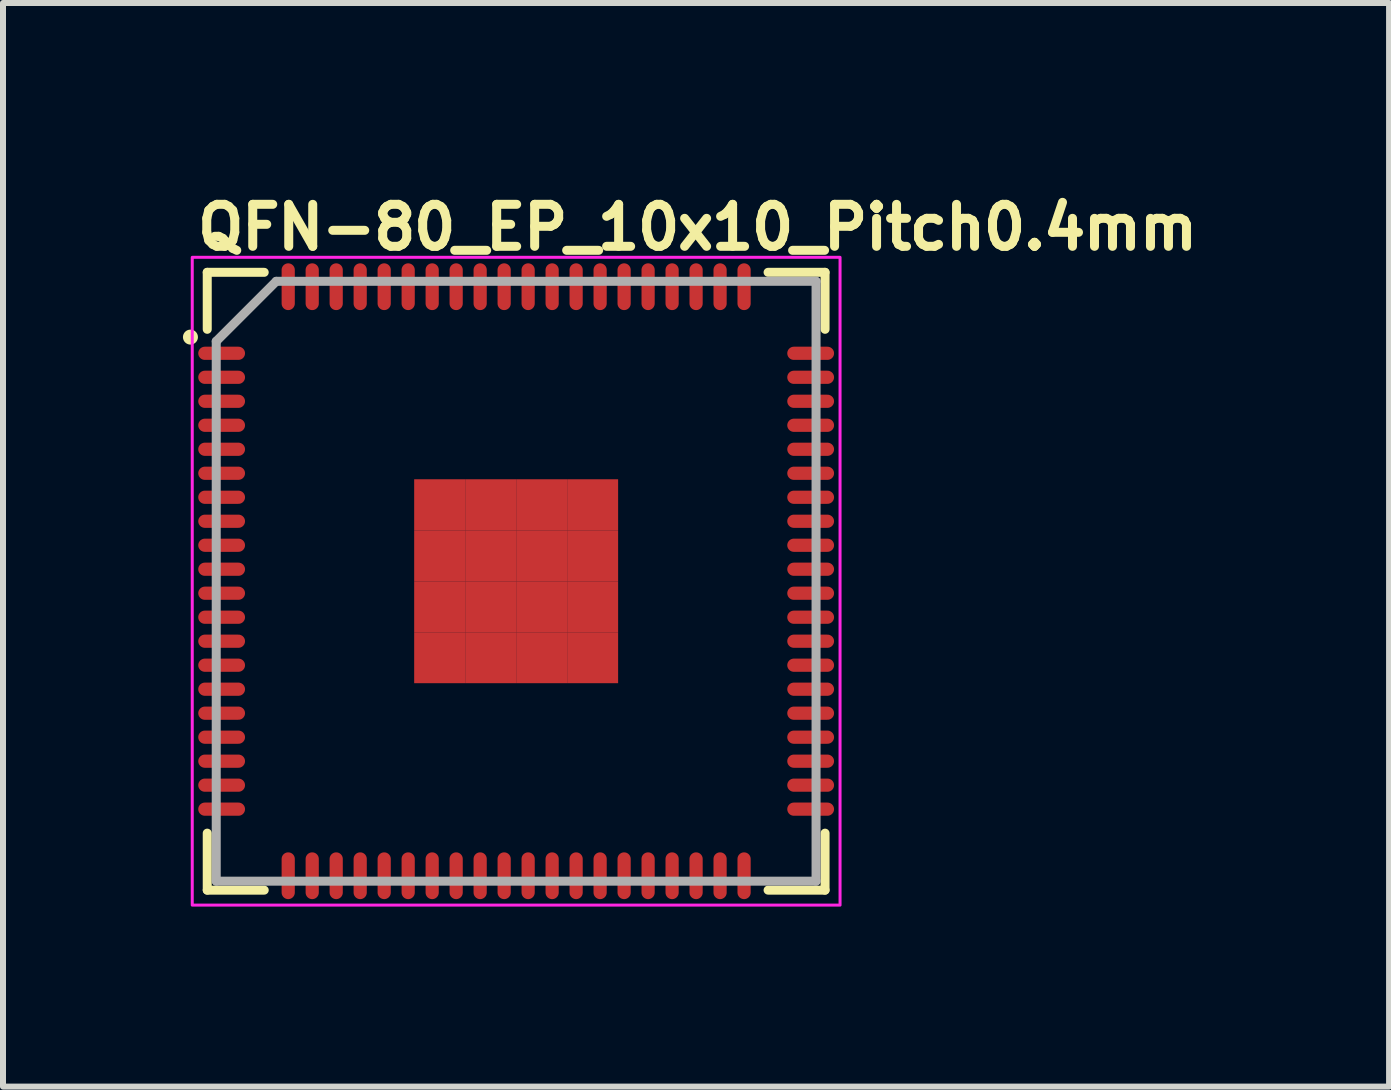
<source format=kicad_pcb>
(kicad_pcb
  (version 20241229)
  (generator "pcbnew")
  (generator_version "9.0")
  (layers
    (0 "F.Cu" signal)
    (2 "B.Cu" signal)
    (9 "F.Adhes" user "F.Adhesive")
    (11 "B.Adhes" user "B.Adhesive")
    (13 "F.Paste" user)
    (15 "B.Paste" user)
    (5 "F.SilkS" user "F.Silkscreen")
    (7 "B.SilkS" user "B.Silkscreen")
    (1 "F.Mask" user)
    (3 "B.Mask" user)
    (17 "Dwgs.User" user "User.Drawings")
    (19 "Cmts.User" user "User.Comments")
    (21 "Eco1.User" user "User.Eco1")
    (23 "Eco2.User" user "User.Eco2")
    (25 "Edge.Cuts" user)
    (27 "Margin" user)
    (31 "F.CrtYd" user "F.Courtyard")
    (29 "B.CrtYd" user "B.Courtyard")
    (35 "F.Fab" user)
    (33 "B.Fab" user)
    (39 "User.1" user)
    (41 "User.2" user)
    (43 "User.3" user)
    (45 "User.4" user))
  (footprint "QFN-80_EP_10x10_Pitch0.4mm"
    (layer "F.Cu")
    (at 5.555 6.64)
    (property "Reference" "QFN-80_EP_10x10_Pitch0.4mm" (at -5.39 -5.49 0) (layer "F.SilkS") (effects (font (size 0.7 0.7) (thickness 0.15)) (justify left bottom)))
    (attr smd)
    (fp_line (start -5.15 -5.15) (end -4.2 -5.15) (stroke (width 0.15) (type solid)) (layer "F.SilkS"))
    (fp_line (start -5.15 -4.2) (end -5.15 -5.15) (stroke (width 0.15) (type solid)) (layer "F.SilkS"))
    (fp_line (start -5.15 5.15) (end -5.15 4.2) (stroke (width 0.15) (type solid)) (layer "F.SilkS"))
    (fp_line (start -4.2 5.15) (end -5.15 5.15) (stroke (width 0.15) (type solid)) (layer "F.SilkS"))
    (fp_line (start 4.2 -5.15) (end 5.15 -5.15) (stroke (width 0.15) (type solid)) (layer "F.SilkS"))
    (fp_line (start 4.2 5.15) (end 5.15 5.15) (stroke (width 0.15) (type solid)) (layer "F.SilkS"))
    (fp_line (start 5.15 -5.15) (end 5.15 -4.2) (stroke (width 0.15) (type solid)) (layer "F.SilkS"))
    (fp_line (start 5.15 5.15) (end 5.15 4.2) (stroke (width 0.15) (type solid)) (layer "F.SilkS"))
    (fp_circle (center -5.43 -4.07) (end -5.38 -4.07) (stroke (width 0.15) (type solid)) (fill yes) (layer "F.SilkS"))
    (fp_rect (start -5.4 -5.4) (end 5.4 5.4) (stroke (width 0.05) (type solid)) (fill no) (layer "F.CrtYd"))
    (fp_line (start -5 -4) (end -5 5) (stroke (width 0.15) (type solid)) (layer "F.Fab"))
    (fp_line (start -5 5) (end 5 5) (stroke (width 0.15) (type solid)) (layer "F.Fab"))
    (fp_line (start -4 -5) (end -5 -4) (stroke (width 0.15) (type solid)) (layer "F.Fab"))
    (fp_line (start 5 -5) (end -4 -5) (stroke (width 0.15) (type solid)) (layer "F.Fab"))
    (fp_line (start 5 5) (end 5 -5) (stroke (width 0.15) (type solid)) (layer "F.Fab"))
    (fp_rect (start -5 -5) (end 5 5) (stroke (width 0.1) (type solid)) (fill no) (layer "User.5"))
    (fp_line (start -5 -3.91) (end -5 -3.69) (stroke (width 0.02) (type solid)) (layer "User.9"))
    (fp_line (start -5 -3.69) (end -4.99 -3.69) (stroke (width 0.02) (type solid)) (layer "User.9"))
    (fp_line (start -5 -3.51) (end -5 -3.29) (stroke (width 0.02) (type solid)) (layer "User.9"))
    (fp_line (start -5 -3.29) (end -4.99 -3.29) (stroke (width 0.02) (type solid)) (layer "User.9"))
    (fp_line (start -5 -3.11) (end -5 -2.89) (stroke (width 0.02) (type solid)) (layer "User.9"))
    (fp_line (start -5 -2.89) (end -4.99 -2.89) (stroke (width 0.02) (type solid)) (layer "User.9"))
    (fp_line (start -5 -2.71) (end -5 -2.49) (stroke (width 0.02) (type solid)) (layer "User.9"))
    (fp_line (start -5 -2.49) (end -4.99 -2.49) (stroke (width 0.02) (type solid)) (layer "User.9"))
    (fp_line (start -5 -2.31) (end -5 -2.09) (stroke (width 0.02) (type solid)) (layer "User.9"))
    (fp_line (start -5 -2.09) (end -4.99 -2.09) (stroke (width 0.02) (type solid)) (layer "User.9"))
    (fp_line (start -5 -1.91) (end -5 -1.69) (stroke (width 0.02) (type solid)) (layer "User.9"))
    (fp_line (start -5 -1.69) (end -4.99 -1.69) (stroke (width 0.02) (type solid)) (layer "User.9"))
    (fp_line (start -5 -1.51) (end -5 -1.29) (stroke (width 0.02) (type solid)) (layer "User.9"))
    (fp_line (start -5 -1.29) (end -4.99 -1.29) (stroke (width 0.02) (type solid)) (layer "User.9"))
    (fp_line (start -5 -1.11) (end -5 -0.89) (stroke (width 0.02) (type solid)) (layer "User.9"))
    (fp_line (start -5 -0.89) (end -4.99 -0.89) (stroke (width 0.02) (type solid)) (layer "User.9"))
    (fp_line (start -5 -0.71) (end -5 -0.49) (stroke (width 0.02) (type solid)) (layer "User.9"))
    (fp_line (start -5 -0.49) (end -4.99 -0.49) (stroke (width 0.02) (type solid)) (layer "User.9"))
    (fp_line (start -5 -0.31) (end -5 -0.09) (stroke (width 0.02) (type solid)) (layer "User.9"))
    (fp_line (start -5 -0.09) (end -4.99 -0.09) (stroke (width 0.02) (type solid)) (layer "User.9"))
    (fp_line (start -5 0.09) (end -5 0.31) (stroke (width 0.02) (type solid)) (layer "User.9"))
    (fp_line (start -5 0.31) (end -4.99 0.31) (stroke (width 0.02) (type solid)) (layer "User.9"))
    (fp_line (start -5 0.49) (end -5 0.71) (stroke (width 0.02) (type solid)) (layer "User.9"))
    (fp_line (start -5 0.71) (end -4.99 0.71) (stroke (width 0.02) (type solid)) (layer "User.9"))
    (fp_line (start -5 0.89) (end -5 1.11) (stroke (width 0.02) (type solid)) (layer "User.9"))
    (fp_line (start -5 1.11) (end -4.99 1.11) (stroke (width 0.02) (type solid)) (layer "User.9"))
    (fp_line (start -5 1.29) (end -5 1.51) (stroke (width 0.02) (type solid)) (layer "User.9"))
    (fp_line (start -5 1.51) (end -4.99 1.51) (stroke (width 0.02) (type solid)) (layer "User.9"))
    (fp_line (start -5 1.69) (end -5 1.91) (stroke (width 0.02) (type solid)) (layer "User.9"))
    (fp_line (start -5 1.91) (end -4.99 1.91) (stroke (width 0.02) (type solid)) (layer "User.9"))
    (fp_line (start -5 2.09) (end -5 2.31) (stroke (width 0.02) (type solid)) (layer "User.9"))
    (fp_line (start -5 2.31) (end -4.99 2.31) (stroke (width 0.02) (type solid)) (layer "User.9"))
    (fp_line (start -5 2.49) (end -5 2.71) (stroke (width 0.02) (type solid)) (layer "User.9"))
    (fp_line (start -5 2.71) (end -4.99 2.71) (stroke (width 0.02) (type solid)) (layer "User.9"))
    (fp_line (start -5 2.89) (end -5 3.11) (stroke (width 0.02) (type solid)) (layer "User.9"))
    (fp_line (start -5 3.11) (end -4.99 3.11) (stroke (width 0.02) (type solid)) (layer "User.9"))
    (fp_line (start -5 3.29) (end -5 3.51) (stroke (width 0.02) (type solid)) (layer "User.9"))
    (fp_line (start -5 3.51) (end -4.99 3.51) (stroke (width 0.02) (type solid)) (layer "User.9"))
    (fp_line (start -5 3.69) (end -5 3.91) (stroke (width 0.02) (type solid)) (layer "User.9"))
    (fp_line (start -5 3.91) (end -4.99 3.91) (stroke (width 0.02) (type solid)) (layer "User.9"))
    (fp_line (start -4.99 -4.99) (end -4.99 4.99) (stroke (width 0.02) (type solid)) (layer "User.9"))
    (fp_line (start -4.99 -4.99) (end 4.99 -4.99) (stroke (width 0.02) (type solid)) (layer "User.9"))
    (fp_line (start -4.99 -3.91) (end -5 -3.91) (stroke (width 0.02) (type solid)) (layer "User.9"))
    (fp_line (start -4.99 -3.51) (end -5 -3.51) (stroke (width 0.02) (type solid)) (layer "User.9"))
    (fp_line (start -4.99 -3.11) (end -5 -3.11) (stroke (width 0.02) (type solid)) (layer "User.9"))
    (fp_line (start -4.99 -2.71) (end -5 -2.71) (stroke (width 0.02) (type solid)) (layer "User.9"))
    (fp_line (start -4.99 -2.31) (end -5 -2.31) (stroke (width 0.02) (type solid)) (layer "User.9"))
    (fp_line (start -4.99 -1.91) (end -5 -1.91) (stroke (width 0.02) (type solid)) (layer "User.9"))
    (fp_line (start -4.99 -1.51) (end -5 -1.51) (stroke (width 0.02) (type solid)) (layer "User.9"))
    (fp_line (start -4.99 -1.11) (end -5 -1.11) (stroke (width 0.02) (type solid)) (layer "User.9"))
    (fp_line (start -4.99 -0.71) (end -5 -0.71) (stroke (width 0.02) (type solid)) (layer "User.9"))
    (fp_line (start -4.99 -0.31) (end -5 -0.31) (stroke (width 0.02) (type solid)) (layer "User.9"))
    (fp_line (start -4.99 0.09) (end -5 0.09) (stroke (width 0.02) (type solid)) (layer "User.9"))
    (fp_line (start -4.99 0.49) (end -5 0.49) (stroke (width 0.02) (type solid)) (layer "User.9"))
    (fp_line (start -4.99 0.89) (end -5 0.89) (stroke (width 0.02) (type solid)) (layer "User.9"))
    (fp_line (start -4.99 1.29) (end -5 1.29) (stroke (width 0.02) (type solid)) (layer "User.9"))
    (fp_line (start -4.99 1.69) (end -5 1.69) (stroke (width 0.02) (type solid)) (layer "User.9"))
    (fp_line (start -4.99 2.09) (end -5 2.09) (stroke (width 0.02) (type solid)) (layer "User.9"))
    (fp_line (start -4.99 2.49) (end -5 2.49) (stroke (width 0.02) (type solid)) (layer "User.9"))
    (fp_line (start -4.99 2.89) (end -5 2.89) (stroke (width 0.02) (type solid)) (layer "User.9"))
    (fp_line (start -4.99 3.29) (end -5 3.29) (stroke (width 0.02) (type solid)) (layer "User.9"))
    (fp_line (start -4.99 3.69) (end -5 3.69) (stroke (width 0.02) (type solid)) (layer "User.9"))
    (fp_line (start -4.99 4.99) (end 4.99 4.99) (stroke (width 0.02) (type solid)) (layer "User.9"))
    (fp_line (start -4.3 -4.262) (end -4.294 -4.31) (stroke (width 0.02) (type solid)) (layer "User.9"))
    (fp_line (start -4.298 -4.214) (end -4.3 -4.262) (stroke (width 0.02) (type solid)) (layer "User.9"))
    (fp_line (start -4.294 -4.31) (end -4.281 -4.356) (stroke (width 0.02) (type solid)) (layer "User.9"))
    (fp_line (start -4.288 -4.167) (end -4.298 -4.214) (stroke (width 0.02) (type solid)) (layer "User.9"))
    (fp_line (start -4.281 -4.356) (end -4.26 -4.4) (stroke (width 0.02) (type solid)) (layer "User.9"))
    (fp_line (start -4.271 -4.121) (end -4.288 -4.167) (stroke (width 0.02) (type solid)) (layer "User.9"))
    (fp_line (start -4.26 -4.4) (end -4.232 -4.44) (stroke (width 0.02) (type solid)) (layer "User.9"))
    (fp_line (start -4.247 -4.08) (end -4.271 -4.121) (stroke (width 0.02) (type solid)) (layer "User.9"))
    (fp_line (start -4.232 -4.44) (end -4.199 -4.475) (stroke (width 0.02) (type solid)) (layer "User.9"))
    (fp_line (start -4.216 -4.042) (end -4.247 -4.08) (stroke (width 0.02) (type solid)) (layer "User.9"))
    (fp_line (start -4.199 -4.475) (end -4.16 -4.504) (stroke (width 0.02) (type solid)) (layer "User.9"))
    (fp_line (start -4.18 -4.01) (end -4.216 -4.042) (stroke (width 0.02) (type solid)) (layer "User.9"))
    (fp_line (start -4.16 -4.504) (end -4.118 -4.526) (stroke (width 0.02) (type solid)) (layer "User.9"))
    (fp_line (start -4.139 -3.984) (end -4.18 -4.01) (stroke (width 0.02) (type solid)) (layer "User.9"))
    (fp_line (start -4.118 -4.526) (end -4.072 -4.541) (stroke (width 0.02) (type solid)) (layer "User.9"))
    (fp_line (start -4.095 -3.965) (end -4.139 -3.984) (stroke (width 0.02) (type solid)) (layer "User.9"))
    (fp_line (start -4.072 -4.541) (end -4.024 -4.549) (stroke (width 0.02) (type solid)) (layer "User.9"))
    (fp_line (start -4.048 -3.954) (end -4.095 -3.965) (stroke (width 0.02) (type solid)) (layer "User.9"))
    (fp_line (start -4.024 -4.549) (end -3.976 -4.549) (stroke (width 0.02) (type solid)) (layer "User.9"))
    (fp_line (start -4 -3.95) (end -4.048 -3.954) (stroke (width 0.02) (type solid)) (layer "User.9"))
    (fp_line (start -3.976 -4.549) (end -3.928 -4.541) (stroke (width 0.02) (type solid)) (layer "User.9"))
    (fp_line (start -3.952 -3.954) (end -4 -3.95) (stroke (width 0.02) (type solid)) (layer "User.9"))
    (fp_line (start -3.928 -4.541) (end -3.882 -4.526) (stroke (width 0.02) (type solid)) (layer "User.9"))
    (fp_line (start -3.91 -5) (end -3.91 -4.99) (stroke (width 0.02) (type solid)) (layer "User.9"))
    (fp_line (start -3.91 4.99) (end -3.91 5) (stroke (width 0.02) (type solid)) (layer "User.9"))
    (fp_line (start -3.91 5) (end -3.69 5) (stroke (width 0.02) (type solid)) (layer "User.9"))
    (fp_line (start -3.905 -3.965) (end -3.952 -3.954) (stroke (width 0.02) (type solid)) (layer "User.9"))
    (fp_line (start -3.882 -4.526) (end -3.84 -4.504) (stroke (width 0.02) (type solid)) (layer "User.9"))
    (fp_line (start -3.861 -3.984) (end -3.905 -3.965) (stroke (width 0.02) (type solid)) (layer "User.9"))
    (fp_line (start -3.84 -4.504) (end -3.801 -4.475) (stroke (width 0.02) (type solid)) (layer "User.9"))
    (fp_line (start -3.82 -4.01) (end -3.861 -3.984) (stroke (width 0.02) (type solid)) (layer "User.9"))
    (fp_line (start -3.801 -4.475) (end -3.768 -4.44) (stroke (width 0.02) (type solid)) (layer "User.9"))
    (fp_line (start -3.784 -4.042) (end -3.82 -4.01) (stroke (width 0.02) (type solid)) (layer "User.9"))
    (fp_line (start -3.768 -4.44) (end -3.74 -4.4) (stroke (width 0.02) (type solid)) (layer "User.9"))
    (fp_line (start -3.753 -4.08) (end -3.784 -4.042) (stroke (width 0.02) (type solid)) (layer "User.9"))
    (fp_line (start -3.74 -4.4) (end -3.719 -4.356) (stroke (width 0.02) (type solid)) (layer "User.9"))
    (fp_line (start -3.729 -4.121) (end -3.753 -4.08) (stroke (width 0.02) (type solid)) (layer "User.9"))
    (fp_line (start -3.719 -4.356) (end -3.706 -4.31) (stroke (width 0.02) (type solid)) (layer "User.9"))
    (fp_line (start -3.712 -4.167) (end -3.729 -4.121) (stroke (width 0.02) (type solid)) (layer "User.9"))
    (fp_line (start -3.706 -4.31) (end -3.7 -4.262) (stroke (width 0.02) (type solid)) (layer "User.9"))
    (fp_line (start -3.702 -4.214) (end -3.712 -4.167) (stroke (width 0.02) (type solid)) (layer "User.9"))
    (fp_line (start -3.7 -4.262) (end -3.702 -4.214) (stroke (width 0.02) (type solid)) (layer "User.9"))
    (fp_line (start -3.69 -5) (end -3.91 -5) (stroke (width 0.02) (type solid)) (layer "User.9"))
    (fp_line (start -3.69 -4.99) (end -3.69 -5) (stroke (width 0.02) (type solid)) (layer "User.9"))
    (fp_line (start -3.69 5) (end -3.69 4.99) (stroke (width 0.02) (type solid)) (layer "User.9"))
    (fp_line (start -3.51 -5) (end -3.51 -4.99) (stroke (width 0.02) (type solid)) (layer "User.9"))
    (fp_line (start -3.51 4.99) (end -3.51 5) (stroke (width 0.02) (type solid)) (layer "User.9"))
    (fp_line (start -3.51 5) (end -3.29 5) (stroke (width 0.02) (type solid)) (layer "User.9"))
    (fp_line (start -3.29 -5) (end -3.51 -5) (stroke (width 0.02) (type solid)) (layer "User.9"))
    (fp_line (start -3.29 -4.99) (end -3.29 -5) (stroke (width 0.02) (type solid)) (layer "User.9"))
    (fp_line (start -3.29 5) (end -3.29 4.99) (stroke (width 0.02) (type solid)) (layer "User.9"))
    (fp_line (start -3.11 -5) (end -3.11 -4.99) (stroke (width 0.02) (type solid)) (layer "User.9"))
    (fp_line (start -3.11 4.99) (end -3.11 5) (stroke (width 0.02) (type solid)) (layer "User.9"))
    (fp_line (start -3.11 5) (end -2.89 5) (stroke (width 0.02) (type solid)) (layer "User.9"))
    (fp_line (start -2.89 -5) (end -3.11 -5) (stroke (width 0.02) (type solid)) (layer "User.9"))
    (fp_line (start -2.89 -4.99) (end -2.89 -5) (stroke (width 0.02) (type solid)) (layer "User.9"))
    (fp_line (start -2.89 5) (end -2.89 4.99) (stroke (width 0.02) (type solid)) (layer "User.9"))
    (fp_line (start -2.71 -5) (end -2.71 -4.99) (stroke (width 0.02) (type solid)) (layer "User.9"))
    (fp_line (start -2.71 4.99) (end -2.71 5) (stroke (width 0.02) (type solid)) (layer "User.9"))
    (fp_line (start -2.71 5) (end -2.49 5) (stroke (width 0.02) (type solid)) (layer "User.9"))
    (fp_line (start -2.49 -5) (end -2.71 -5) (stroke (width 0.02) (type solid)) (layer "User.9"))
    (fp_line (start -2.49 -4.99) (end -2.49 -5) (stroke (width 0.02) (type solid)) (layer "User.9"))
    (fp_line (start -2.49 5) (end -2.49 4.99) (stroke (width 0.02) (type solid)) (layer "User.9"))
    (fp_line (start -2.31 -5) (end -2.31 -4.99) (stroke (width 0.02) (type solid)) (layer "User.9"))
    (fp_line (start -2.31 4.99) (end -2.31 5) (stroke (width 0.02) (type solid)) (layer "User.9"))
    (fp_line (start -2.31 5) (end -2.09 5) (stroke (width 0.02) (type solid)) (layer "User.9"))
    (fp_line (start -2.09 -5) (end -2.31 -5) (stroke (width 0.02) (type solid)) (layer "User.9"))
    (fp_line (start -2.09 -4.99) (end -2.09 -5) (stroke (width 0.02) (type solid)) (layer "User.9"))
    (fp_line (start -2.09 5) (end -2.09 4.99) (stroke (width 0.02) (type solid)) (layer "User.9"))
    (fp_line (start -1.91 -5) (end -1.91 -4.99) (stroke (width 0.02) (type solid)) (layer "User.9"))
    (fp_line (start -1.91 4.99) (end -1.91 5) (stroke (width 0.02) (type solid)) (layer "User.9"))
    (fp_line (start -1.91 5) (end -1.69 5) (stroke (width 0.02) (type solid)) (layer "User.9"))
    (fp_line (start -1.69 -5) (end -1.91 -5) (stroke (width 0.02) (type solid)) (layer "User.9"))
    (fp_line (start -1.69 -4.99) (end -1.69 -5) (stroke (width 0.02) (type solid)) (layer "User.9"))
    (fp_line (start -1.69 5) (end -1.69 4.99) (stroke (width 0.02) (type solid)) (layer "User.9"))
    (fp_line (start -1.51 -5) (end -1.51 -4.99) (stroke (width 0.02) (type solid)) (layer "User.9"))
    (fp_line (start -1.51 4.99) (end -1.51 5) (stroke (width 0.02) (type solid)) (layer "User.9"))
    (fp_line (start -1.51 5) (end -1.29 5) (stroke (width 0.02) (type solid)) (layer "User.9"))
    (fp_line (start -1.29 -5) (end -1.51 -5) (stroke (width 0.02) (type solid)) (layer "User.9"))
    (fp_line (start -1.29 -4.99) (end -1.29 -5) (stroke (width 0.02) (type solid)) (layer "User.9"))
    (fp_line (start -1.29 5) (end -1.29 4.99) (stroke (width 0.02) (type solid)) (layer "User.9"))
    (fp_line (start -1.11 -5) (end -1.11 -4.99) (stroke (width 0.02) (type solid)) (layer "User.9"))
    (fp_line (start -1.11 4.99) (end -1.11 5) (stroke (width 0.02) (type solid)) (layer "User.9"))
    (fp_line (start -1.11 5) (end -0.89 5) (stroke (width 0.02) (type solid)) (layer "User.9"))
    (fp_line (start -0.89 -5) (end -1.11 -5) (stroke (width 0.02) (type solid)) (layer "User.9"))
    (fp_line (start -0.89 -4.99) (end -0.89 -5) (stroke (width 0.02) (type solid)) (layer "User.9"))
    (fp_line (start -0.89 5) (end -0.89 4.99) (stroke (width 0.02) (type solid)) (layer "User.9"))
    (fp_line (start -0.71 -5) (end -0.71 -4.99) (stroke (width 0.02) (type solid)) (layer "User.9"))
    (fp_line (start -0.71 4.99) (end -0.71 5) (stroke (width 0.02) (type solid)) (layer "User.9"))
    (fp_line (start -0.71 5) (end -0.49 5) (stroke (width 0.02) (type solid)) (layer "User.9"))
    (fp_line (start -0.49 -5) (end -0.71 -5) (stroke (width 0.02) (type solid)) (layer "User.9"))
    (fp_line (start -0.49 -4.99) (end -0.49 -5) (stroke (width 0.02) (type solid)) (layer "User.9"))
    (fp_line (start -0.49 5) (end -0.49 4.99) (stroke (width 0.02) (type solid)) (layer "User.9"))
    (fp_line (start -0.31 -5) (end -0.31 -4.99) (stroke (width 0.02) (type solid)) (layer "User.9"))
    (fp_line (start -0.31 4.99) (end -0.31 5) (stroke (width 0.02) (type solid)) (layer "User.9"))
    (fp_line (start -0.31 5) (end -0.09 5) (stroke (width 0.02) (type solid)) (layer "User.9"))
    (fp_line (start -0.09 -5) (end -0.31 -5) (stroke (width 0.02) (type solid)) (layer "User.9"))
    (fp_line (start -0.09 -4.99) (end -0.09 -5) (stroke (width 0.02) (type solid)) (layer "User.9"))
    (fp_line (start -0.09 5) (end -0.09 4.99) (stroke (width 0.02) (type solid)) (layer "User.9"))
    (fp_line (start 0.09 -5) (end 0.09 -4.99) (stroke (width 0.02) (type solid)) (layer "User.9"))
    (fp_line (start 0.09 4.99) (end 0.09 5) (stroke (width 0.02) (type solid)) (layer "User.9"))
    (fp_line (start 0.09 5) (end 0.31 5) (stroke (width 0.02) (type solid)) (layer "User.9"))
    (fp_line (start 0.31 -5) (end 0.09 -5) (stroke (width 0.02) (type solid)) (layer "User.9"))
    (fp_line (start 0.31 -4.99) (end 0.31 -5) (stroke (width 0.02) (type solid)) (layer "User.9"))
    (fp_line (start 0.31 5) (end 0.31 4.99) (stroke (width 0.02) (type solid)) (layer "User.9"))
    (fp_line (start 0.49 -5) (end 0.49 -4.99) (stroke (width 0.02) (type solid)) (layer "User.9"))
    (fp_line (start 0.49 4.99) (end 0.49 5) (stroke (width 0.02) (type solid)) (layer "User.9"))
    (fp_line (start 0.49 5) (end 0.71 5) (stroke (width 0.02) (type solid)) (layer "User.9"))
    (fp_line (start 0.71 -5) (end 0.49 -5) (stroke (width 0.02) (type solid)) (layer "User.9"))
    (fp_line (start 0.71 -4.99) (end 0.71 -5) (stroke (width 0.02) (type solid)) (layer "User.9"))
    (fp_line (start 0.71 5) (end 0.71 4.99) (stroke (width 0.02) (type solid)) (layer "User.9"))
    (fp_line (start 0.89 -5) (end 0.89 -4.99) (stroke (width 0.02) (type solid)) (layer "User.9"))
    (fp_line (start 0.89 4.99) (end 0.89 5) (stroke (width 0.02) (type solid)) (layer "User.9"))
    (fp_line (start 0.89 5) (end 1.11 5) (stroke (width 0.02) (type solid)) (layer "User.9"))
    (fp_line (start 1.11 -5) (end 0.89 -5) (stroke (width 0.02) (type solid)) (layer "User.9"))
    (fp_line (start 1.11 -4.99) (end 1.11 -5) (stroke (width 0.02) (type solid)) (layer "User.9"))
    (fp_line (start 1.11 5) (end 1.11 4.99) (stroke (width 0.02) (type solid)) (layer "User.9"))
    (fp_line (start 1.29 -5) (end 1.29 -4.99) (stroke (width 0.02) (type solid)) (layer "User.9"))
    (fp_line (start 1.29 4.99) (end 1.29 5) (stroke (width 0.02) (type solid)) (layer "User.9"))
    (fp_line (start 1.29 5) (end 1.51 5) (stroke (width 0.02) (type solid)) (layer "User.9"))
    (fp_line (start 1.51 -5) (end 1.29 -5) (stroke (width 0.02) (type solid)) (layer "User.9"))
    (fp_line (start 1.51 -4.99) (end 1.51 -5) (stroke (width 0.02) (type solid)) (layer "User.9"))
    (fp_line (start 1.51 5) (end 1.51 4.99) (stroke (width 0.02) (type solid)) (layer "User.9"))
    (fp_line (start 1.69 -5) (end 1.69 -4.99) (stroke (width 0.02) (type solid)) (layer "User.9"))
    (fp_line (start 1.69 4.99) (end 1.69 5) (stroke (width 0.02) (type solid)) (layer "User.9"))
    (fp_line (start 1.69 5) (end 1.91 5) (stroke (width 0.02) (type solid)) (layer "User.9"))
    (fp_line (start 1.91 -5) (end 1.69 -5) (stroke (width 0.02) (type solid)) (layer "User.9"))
    (fp_line (start 1.91 -4.99) (end 1.91 -5) (stroke (width 0.02) (type solid)) (layer "User.9"))
    (fp_line (start 1.91 5) (end 1.91 4.99) (stroke (width 0.02) (type solid)) (layer "User.9"))
    (fp_line (start 2.09 -5) (end 2.09 -4.99) (stroke (width 0.02) (type solid)) (layer "User.9"))
    (fp_line (start 2.09 4.99) (end 2.09 5) (stroke (width 0.02) (type solid)) (layer "User.9"))
    (fp_line (start 2.09 5) (end 2.31 5) (stroke (width 0.02) (type solid)) (layer "User.9"))
    (fp_line (start 2.31 -5) (end 2.09 -5) (stroke (width 0.02) (type solid)) (layer "User.9"))
    (fp_line (start 2.31 -4.99) (end 2.31 -5) (stroke (width 0.02) (type solid)) (layer "User.9"))
    (fp_line (start 2.31 5) (end 2.31 4.99) (stroke (width 0.02) (type solid)) (layer "User.9"))
    (fp_line (start 2.49 -5) (end 2.49 -4.99) (stroke (width 0.02) (type solid)) (layer "User.9"))
    (fp_line (start 2.49 4.99) (end 2.49 5) (stroke (width 0.02) (type solid)) (layer "User.9"))
    (fp_line (start 2.49 5) (end 2.71 5) (stroke (width 0.02) (type solid)) (layer "User.9"))
    (fp_line (start 2.71 -5) (end 2.49 -5) (stroke (width 0.02) (type solid)) (layer "User.9"))
    (fp_line (start 2.71 -4.99) (end 2.71 -5) (stroke (width 0.02) (type solid)) (layer "User.9"))
    (fp_line (start 2.71 5) (end 2.71 4.99) (stroke (width 0.02) (type solid)) (layer "User.9"))
    (fp_line (start 2.89 -5) (end 2.89 -4.99) (stroke (width 0.02) (type solid)) (layer "User.9"))
    (fp_line (start 2.89 4.99) (end 2.89 5) (stroke (width 0.02) (type solid)) (layer "User.9"))
    (fp_line (start 2.89 5) (end 3.11 5) (stroke (width 0.02) (type solid)) (layer "User.9"))
    (fp_line (start 3.11 -5) (end 2.89 -5) (stroke (width 0.02) (type solid)) (layer "User.9"))
    (fp_line (start 3.11 -4.99) (end 3.11 -5) (stroke (width 0.02) (type solid)) (layer "User.9"))
    (fp_line (start 3.11 5) (end 3.11 4.99) (stroke (width 0.02) (type solid)) (layer "User.9"))
    (fp_line (start 3.29 -5) (end 3.29 -4.99) (stroke (width 0.02) (type solid)) (layer "User.9"))
    (fp_line (start 3.29 4.99) (end 3.29 5) (stroke (width 0.02) (type solid)) (layer "User.9"))
    (fp_line (start 3.29 5) (end 3.51 5) (stroke (width 0.02) (type solid)) (layer "User.9"))
    (fp_line (start 3.51 -5) (end 3.29 -5) (stroke (width 0.02) (type solid)) (layer "User.9"))
    (fp_line (start 3.51 -4.99) (end 3.51 -5) (stroke (width 0.02) (type solid)) (layer "User.9"))
    (fp_line (start 3.51 5) (end 3.51 4.99) (stroke (width 0.02) (type solid)) (layer "User.9"))
    (fp_line (start 3.69 -5) (end 3.69 -4.99) (stroke (width 0.02) (type solid)) (layer "User.9"))
    (fp_line (start 3.69 4.99) (end 3.69 5) (stroke (width 0.02) (type solid)) (layer "User.9"))
    (fp_line (start 3.69 5) (end 3.91 5) (stroke (width 0.02) (type solid)) (layer "User.9"))
    (fp_line (start 3.91 -5) (end 3.69 -5) (stroke (width 0.02) (type solid)) (layer "User.9"))
    (fp_line (start 3.91 -4.99) (end 3.91 -5) (stroke (width 0.02) (type solid)) (layer "User.9"))
    (fp_line (start 3.91 5) (end 3.91 4.99) (stroke (width 0.02) (type solid)) (layer "User.9"))
    (fp_line (start 4.99 -4.99) (end 4.99 4.99) (stroke (width 0.02) (type solid)) (layer "User.9"))
    (fp_line (start 4.99 -3.69) (end 5 -3.69) (stroke (width 0.02) (type solid)) (layer "User.9"))
    (fp_line (start 4.99 -3.29) (end 5 -3.29) (stroke (width 0.02) (type solid)) (layer "User.9"))
    (fp_line (start 4.99 -2.89) (end 5 -2.89) (stroke (width 0.02) (type solid)) (layer "User.9"))
    (fp_line (start 4.99 -2.49) (end 5 -2.49) (stroke (width 0.02) (type solid)) (layer "User.9"))
    (fp_line (start 4.99 -2.09) (end 5 -2.09) (stroke (width 0.02) (type solid)) (layer "User.9"))
    (fp_line (start 4.99 -1.69) (end 5 -1.69) (stroke (width 0.02) (type solid)) (layer "User.9"))
    (fp_line (start 4.99 -1.29) (end 5 -1.29) (stroke (width 0.02) (type solid)) (layer "User.9"))
    (fp_line (start 4.99 -0.89) (end 5 -0.89) (stroke (width 0.02) (type solid)) (layer "User.9"))
    (fp_line (start 4.99 -0.49) (end 5 -0.49) (stroke (width 0.02) (type solid)) (layer "User.9"))
    (fp_line (start 4.99 -0.09) (end 5 -0.09) (stroke (width 0.02) (type solid)) (layer "User.9"))
    (fp_line (start 4.99 0.31) (end 5 0.31) (stroke (width 0.02) (type solid)) (layer "User.9"))
    (fp_line (start 4.99 0.71) (end 5 0.71) (stroke (width 0.02) (type solid)) (layer "User.9"))
    (fp_line (start 4.99 1.11) (end 5 1.11) (stroke (width 0.02) (type solid)) (layer "User.9"))
    (fp_line (start 4.99 1.51) (end 5 1.51) (stroke (width 0.02) (type solid)) (layer "User.9"))
    (fp_line (start 4.99 1.91) (end 5 1.91) (stroke (width 0.02) (type solid)) (layer "User.9"))
    (fp_line (start 4.99 2.31) (end 5 2.31) (stroke (width 0.02) (type solid)) (layer "User.9"))
    (fp_line (start 4.99 2.71) (end 5 2.71) (stroke (width 0.02) (type solid)) (layer "User.9"))
    (fp_line (start 4.99 3.11) (end 5 3.11) (stroke (width 0.02) (type solid)) (layer "User.9"))
    (fp_line (start 4.99 3.51) (end 5 3.51) (stroke (width 0.02) (type solid)) (layer "User.9"))
    (fp_line (start 4.99 3.91) (end 5 3.91) (stroke (width 0.02) (type solid)) (layer "User.9"))
    (fp_line (start 5 -3.91) (end 4.99 -3.91) (stroke (width 0.02) (type solid)) (layer "User.9"))
    (fp_line (start 5 -3.69) (end 5 -3.91) (stroke (width 0.02) (type solid)) (layer "User.9"))
    (fp_line (start 5 -3.51) (end 4.99 -3.51) (stroke (width 0.02) (type solid)) (layer "User.9"))
    (fp_line (start 5 -3.29) (end 5 -3.51) (stroke (width 0.02) (type solid)) (layer "User.9"))
    (fp_line (start 5 -3.11) (end 4.99 -3.11) (stroke (width 0.02) (type solid)) (layer "User.9"))
    (fp_line (start 5 -2.89) (end 5 -3.11) (stroke (width 0.02) (type solid)) (layer "User.9"))
    (fp_line (start 5 -2.71) (end 4.99 -2.71) (stroke (width 0.02) (type solid)) (layer "User.9"))
    (fp_line (start 5 -2.49) (end 5 -2.71) (stroke (width 0.02) (type solid)) (layer "User.9"))
    (fp_line (start 5 -2.31) (end 4.99 -2.31) (stroke (width 0.02) (type solid)) (layer "User.9"))
    (fp_line (start 5 -2.09) (end 5 -2.31) (stroke (width 0.02) (type solid)) (layer "User.9"))
    (fp_line (start 5 -1.91) (end 4.99 -1.91) (stroke (width 0.02) (type solid)) (layer "User.9"))
    (fp_line (start 5 -1.69) (end 5 -1.91) (stroke (width 0.02) (type solid)) (layer "User.9"))
    (fp_line (start 5 -1.51) (end 4.99 -1.51) (stroke (width 0.02) (type solid)) (layer "User.9"))
    (fp_line (start 5 -1.29) (end 5 -1.51) (stroke (width 0.02) (type solid)) (layer "User.9"))
    (fp_line (start 5 -1.11) (end 4.99 -1.11) (stroke (width 0.02) (type solid)) (layer "User.9"))
    (fp_line (start 5 -0.89) (end 5 -1.11) (stroke (width 0.02) (type solid)) (layer "User.9"))
    (fp_line (start 5 -0.71) (end 4.99 -0.71) (stroke (width 0.02) (type solid)) (layer "User.9"))
    (fp_line (start 5 -0.49) (end 5 -0.71) (stroke (width 0.02) (type solid)) (layer "User.9"))
    (fp_line (start 5 -0.31) (end 4.99 -0.31) (stroke (width 0.02) (type solid)) (layer "User.9"))
    (fp_line (start 5 -0.09) (end 5 -0.31) (stroke (width 0.02) (type solid)) (layer "User.9"))
    (fp_line (start 5 0.09) (end 4.99 0.09) (stroke (width 0.02) (type solid)) (layer "User.9"))
    (fp_line (start 5 0.31) (end 5 0.09) (stroke (width 0.02) (type solid)) (layer "User.9"))
    (fp_line (start 5 0.49) (end 4.99 0.49) (stroke (width 0.02) (type solid)) (layer "User.9"))
    (fp_line (start 5 0.71) (end 5 0.49) (stroke (width 0.02) (type solid)) (layer "User.9"))
    (fp_line (start 5 0.89) (end 4.99 0.89) (stroke (width 0.02) (type solid)) (layer "User.9"))
    (fp_line (start 5 1.11) (end 5 0.89) (stroke (width 0.02) (type solid)) (layer "User.9"))
    (fp_line (start 5 1.29) (end 4.99 1.29) (stroke (width 0.02) (type solid)) (layer "User.9"))
    (fp_line (start 5 1.51) (end 5 1.29) (stroke (width 0.02) (type solid)) (layer "User.9"))
    (fp_line (start 5 1.69) (end 4.99 1.69) (stroke (width 0.02) (type solid)) (layer "User.9"))
    (fp_line (start 5 1.91) (end 5 1.69) (stroke (width 0.02) (type solid)) (layer "User.9"))
    (fp_line (start 5 2.09) (end 4.99 2.09) (stroke (width 0.02) (type solid)) (layer "User.9"))
    (fp_line (start 5 2.31) (end 5 2.09) (stroke (width 0.02) (type solid)) (layer "User.9"))
    (fp_line (start 5 2.49) (end 4.99 2.49) (stroke (width 0.02) (type solid)) (layer "User.9"))
    (fp_line (start 5 2.71) (end 5 2.49) (stroke (width 0.02) (type solid)) (layer "User.9"))
    (fp_line (start 5 2.89) (end 4.99 2.89) (stroke (width 0.02) (type solid)) (layer "User.9"))
    (fp_line (start 5 3.11) (end 5 2.89) (stroke (width 0.02) (type solid)) (layer "User.9"))
    (fp_line (start 5 3.29) (end 4.99 3.29) (stroke (width 0.02) (type solid)) (layer "User.9"))
    (fp_line (start 5 3.51) (end 5 3.29) (stroke (width 0.02) (type solid)) (layer "User.9"))
    (fp_line (start 5 3.69) (end 4.99 3.69) (stroke (width 0.02) (type solid)) (layer "User.9"))
    (fp_line (start 5 3.91) (end 5 3.69) (stroke (width 0.02) (type solid)) (layer "User.9"))
    (pad "1" smd oval (at -4.91 -3.8 90) (size 0.22 0.78) (layers "F.Cu" "F.Mask" "F.Paste"))
    (pad "2" smd oval (at -4.91 -3.4 90) (size 0.22 0.78) (layers "F.Cu" "F.Mask" "F.Paste"))
    (pad "3" smd oval (at -4.91 -3 90) (size 0.22 0.78) (layers "F.Cu" "F.Mask" "F.Paste"))
    (pad "4" smd oval (at -4.91 -2.6 90) (size 0.22 0.78) (layers "F.Cu" "F.Mask" "F.Paste"))
    (pad "5" smd oval (at -4.91 -2.2 90) (size 0.22 0.78) (layers "F.Cu" "F.Mask" "F.Paste"))
    (pad "6" smd oval (at -4.91 -1.8 90) (size 0.22 0.78) (layers "F.Cu" "F.Mask" "F.Paste"))
    (pad "7" smd oval (at -4.91 -1.4 90) (size 0.22 0.78) (layers "F.Cu" "F.Mask" "F.Paste"))
    (pad "8" smd oval (at -4.91 -1 90) (size 0.22 0.78) (layers "F.Cu" "F.Mask" "F.Paste"))
    (pad "9" smd oval (at -4.91 -0.6 90) (size 0.22 0.78) (layers "F.Cu" "F.Mask" "F.Paste"))
    (pad "10" smd oval (at -4.91 -0.2 90) (size 0.22 0.78) (layers "F.Cu" "F.Mask" "F.Paste"))
    (pad "11" smd oval (at -4.91 0.2 90) (size 0.22 0.78) (layers "F.Cu" "F.Mask" "F.Paste"))
    (pad "12" smd oval (at -4.91 0.6 90) (size 0.22 0.78) (layers "F.Cu" "F.Mask" "F.Paste"))
    (pad "13" smd oval (at -4.91 1 90) (size 0.22 0.78) (layers "F.Cu" "F.Mask" "F.Paste"))
    (pad "14" smd oval (at -4.91 1.4 90) (size 0.22 0.78) (layers "F.Cu" "F.Mask" "F.Paste"))
    (pad "15" smd oval (at -4.91 1.8 90) (size 0.22 0.78) (layers "F.Cu" "F.Mask" "F.Paste"))
    (pad "16" smd oval (at -4.91 2.2 90) (size 0.22 0.78) (layers "F.Cu" "F.Mask" "F.Paste"))
    (pad "17" smd oval (at -4.91 2.6 90) (size 0.22 0.78) (layers "F.Cu" "F.Mask" "F.Paste"))
    (pad "18" smd oval (at -4.91 3 90) (size 0.22 0.78) (layers "F.Cu" "F.Mask" "F.Paste"))
    (pad "19" smd oval (at -4.91 3.4 90) (size 0.22 0.78) (layers "F.Cu" "F.Mask" "F.Paste"))
    (pad "20" smd oval (at -4.91 3.8 90) (size 0.22 0.78) (layers "F.Cu" "F.Mask" "F.Paste"))
    (pad "21" smd oval (at -3.8 4.91) (size 0.22 0.78) (layers "F.Cu" "F.Mask" "F.Paste"))
    (pad "22" smd oval (at -3.4 4.91) (size 0.22 0.78) (layers "F.Cu" "F.Mask" "F.Paste"))
    (pad "23" smd oval (at -3 4.91) (size 0.22 0.78) (layers "F.Cu" "F.Mask" "F.Paste"))
    (pad "24" smd oval (at -2.6 4.91) (size 0.22 0.78) (layers "F.Cu" "F.Mask" "F.Paste"))
    (pad "25" smd oval (at -2.2 4.91) (size 0.22 0.78) (layers "F.Cu" "F.Mask" "F.Paste"))
    (pad "26" smd oval (at -1.8 4.91) (size 0.22 0.78) (layers "F.Cu" "F.Mask" "F.Paste"))
    (pad "27" smd oval (at -1.4 4.91) (size 0.22 0.78) (layers "F.Cu" "F.Mask" "F.Paste"))
    (pad "28" smd oval (at -1 4.91) (size 0.22 0.78) (layers "F.Cu" "F.Mask" "F.Paste"))
    (pad "29" smd oval (at -0.6 4.91) (size 0.22 0.78) (layers "F.Cu" "F.Mask" "F.Paste"))
    (pad "30" smd oval (at -0.2 4.91) (size 0.22 0.78) (layers "F.Cu" "F.Mask" "F.Paste"))
    (pad "31" smd oval (at 0.2 4.91) (size 0.22 0.78) (layers "F.Cu" "F.Mask" "F.Paste"))
    (pad "32" smd oval (at 0.6 4.91) (size 0.22 0.78) (layers "F.Cu" "F.Mask" "F.Paste"))
    (pad "33" smd oval (at 1 4.91) (size 0.22 0.78) (layers "F.Cu" "F.Mask" "F.Paste"))
    (pad "34" smd oval (at 1.4 4.91) (size 0.22 0.78) (layers "F.Cu" "F.Mask" "F.Paste"))
    (pad "35" smd oval (at 1.8 4.91) (size 0.22 0.78) (layers "F.Cu" "F.Mask" "F.Paste"))
    (pad "36" smd oval (at 2.2 4.91) (size 0.22 0.78) (layers "F.Cu" "F.Mask" "F.Paste"))
    (pad "37" smd oval (at 2.6 4.91) (size 0.22 0.78) (layers "F.Cu" "F.Mask" "F.Paste"))
    (pad "38" smd oval (at 3 4.91) (size 0.22 0.78) (layers "F.Cu" "F.Mask" "F.Paste"))
    (pad "39" smd oval (at 3.4 4.91) (size 0.22 0.78) (layers "F.Cu" "F.Mask" "F.Paste"))
    (pad "40" smd oval (at 3.8 4.91) (size 0.22 0.78) (layers "F.Cu" "F.Mask" "F.Paste"))
    (pad "41" smd oval (at 4.91 3.8 90) (size 0.22 0.78) (layers "F.Cu" "F.Mask" "F.Paste"))
    (pad "42" smd oval (at 4.91 3.4 90) (size 0.22 0.78) (layers "F.Cu" "F.Mask" "F.Paste"))
    (pad "43" smd oval (at 4.91 3 90) (size 0.22 0.78) (layers "F.Cu" "F.Mask" "F.Paste"))
    (pad "44" smd oval (at 4.91 2.6 90) (size 0.22 0.78) (layers "F.Cu" "F.Mask" "F.Paste"))
    (pad "45" smd oval (at 4.91 2.2 90) (size 0.22 0.78) (layers "F.Cu" "F.Mask" "F.Paste"))
    (pad "46" smd oval (at 4.91 1.8 90) (size 0.22 0.78) (layers "F.Cu" "F.Mask" "F.Paste"))
    (pad "47" smd oval (at 4.91 1.4 90) (size 0.22 0.78) (layers "F.Cu" "F.Mask" "F.Paste"))
    (pad "48" smd oval (at 4.91 1 90) (size 0.22 0.78) (layers "F.Cu" "F.Mask" "F.Paste"))
    (pad "49" smd oval (at 4.91 0.6 90) (size 0.22 0.78) (layers "F.Cu" "F.Mask" "F.Paste"))
    (pad "50" smd oval (at 4.91 0.2 90) (size 0.22 0.78) (layers "F.Cu" "F.Mask" "F.Paste"))
    (pad "51" smd oval (at 4.91 -0.2 90) (size 0.22 0.78) (layers "F.Cu" "F.Mask" "F.Paste"))
    (pad "52" smd oval (at 4.91 -0.6 90) (size 0.22 0.78) (layers "F.Cu" "F.Mask" "F.Paste"))
    (pad "53" smd oval (at 4.91 -1 90) (size 0.22 0.78) (layers "F.Cu" "F.Mask" "F.Paste"))
    (pad "54" smd oval (at 4.91 -1.4 90) (size 0.22 0.78) (layers "F.Cu" "F.Mask" "F.Paste"))
    (pad "55" smd oval (at 4.91 -1.8 90) (size 0.22 0.78) (layers "F.Cu" "F.Mask" "F.Paste"))
    (pad "56" smd oval (at 4.91 -2.2 90) (size 0.22 0.78) (layers "F.Cu" "F.Mask" "F.Paste"))
    (pad "57" smd oval (at 4.91 -2.6 90) (size 0.22 0.78) (layers "F.Cu" "F.Mask" "F.Paste"))
    (pad "58" smd oval (at 4.91 -3 90) (size 0.22 0.78) (layers "F.Cu" "F.Mask" "F.Paste"))
    (pad "59" smd oval (at 4.91 -3.4 90) (size 0.22 0.78) (layers "F.Cu" "F.Mask" "F.Paste"))
    (pad "60" smd oval (at 4.91 -3.8 90) (size 0.22 0.78) (layers "F.Cu" "F.Mask" "F.Paste"))
    (pad "61" smd rect (at -1.275 -1.275) (size 0.85 0.85) (layers "F.Cu" "F.Mask" "F.Paste"))
    (pad "61" smd rect (at -1.275 -0.425) (size 0.85 0.85) (layers "F.Cu" "F.Mask" "F.Paste"))
    (pad "61" smd rect (at -1.275 0.425) (size 0.85 0.85) (layers "F.Cu" "F.Mask" "F.Paste"))
    (pad "61" smd rect (at -1.275 1.275) (size 0.85 0.85) (layers "F.Cu" "F.Mask" "F.Paste"))
    (pad "61" smd rect (at -0.425 -1.275) (size 0.85 0.85) (layers "F.Cu" "F.Mask" "F.Paste"))
    (pad "61" smd rect (at -0.425 -0.425) (size 0.85 0.85) (layers "F.Cu" "F.Mask" "F.Paste"))
    (pad "61" smd rect (at -0.425 0.425) (size 0.85 0.85) (layers "F.Cu" "F.Mask" "F.Paste"))
    (pad "61" smd rect (at -0.425 1.275) (size 0.85 0.85) (layers "F.Cu" "F.Mask" "F.Paste"))
    (pad "61" smd rect (at 0.425 -1.275) (size 0.85 0.85) (layers "F.Cu" "F.Mask" "F.Paste"))
    (pad "61" smd rect (at 0.425 -0.425) (size 0.85 0.85) (layers "F.Cu" "F.Mask" "F.Paste"))
    (pad "61" smd rect (at 0.425 0.425) (size 0.85 0.85) (layers "F.Cu" "F.Mask" "F.Paste"))
    (pad "61" smd rect (at 0.425 1.275) (size 0.85 0.85) (layers "F.Cu" "F.Mask" "F.Paste"))
    (pad "61" smd rect (at 1.275 -1.275) (size 0.85 0.85) (layers "F.Cu" "F.Mask" "F.Paste"))
    (pad "61" smd rect (at 1.275 -0.425) (size 0.85 0.85) (layers "F.Cu" "F.Mask" "F.Paste"))
    (pad "61" smd rect (at 1.275 0.425) (size 0.85 0.85) (layers "F.Cu" "F.Mask" "F.Paste"))
    (pad "61" smd rect (at 1.275 1.275) (size 0.85 0.85) (layers "F.Cu" "F.Mask" "F.Paste"))
    (pad "61" smd oval (at 3.8 -4.91) (size 0.22 0.78) (layers "F.Cu" "F.Mask" "F.Paste"))
    (pad "62" smd oval (at 3.4 -4.91) (size 0.22 0.78) (layers "F.Cu" "F.Mask" "F.Paste"))
    (pad "63" smd oval (at 3 -4.91) (size 0.22 0.78) (layers "F.Cu" "F.Mask" "F.Paste"))
    (pad "64" smd oval (at 2.6 -4.91) (size 0.22 0.78) (layers "F.Cu" "F.Mask" "F.Paste"))
    (pad "65" smd oval (at 2.2 -4.91) (size 0.22 0.78) (layers "F.Cu" "F.Mask" "F.Paste"))
    (pad "66" smd oval (at 1.8 -4.91) (size 0.22 0.78) (layers "F.Cu" "F.Mask" "F.Paste"))
    (pad "67" smd oval (at 1.4 -4.91) (size 0.22 0.78) (layers "F.Cu" "F.Mask" "F.Paste"))
    (pad "68" smd oval (at 1 -4.91) (size 0.22 0.78) (layers "F.Cu" "F.Mask" "F.Paste"))
    (pad "69" smd oval (at 0.6 -4.91) (size 0.22 0.78) (layers "F.Cu" "F.Mask" "F.Paste"))
    (pad "70" smd oval (at 0.2 -4.91) (size 0.22 0.78) (layers "F.Cu" "F.Mask" "F.Paste"))
    (pad "71" smd oval (at -0.2 -4.91) (size 0.22 0.78) (layers "F.Cu" "F.Mask" "F.Paste"))
    (pad "72" smd oval (at -0.6 -4.91) (size 0.22 0.78) (layers "F.Cu" "F.Mask" "F.Paste"))
    (pad "73" smd oval (at -1 -4.91) (size 0.22 0.78) (layers "F.Cu" "F.Mask" "F.Paste"))
    (pad "74" smd oval (at -1.4 -4.91) (size 0.22 0.78) (layers "F.Cu" "F.Mask" "F.Paste"))
    (pad "75" smd oval (at -1.8 -4.91) (size 0.22 0.78) (layers "F.Cu" "F.Mask" "F.Paste"))
    (pad "76" smd oval (at -2.2 -4.91) (size 0.22 0.78) (layers "F.Cu" "F.Mask" "F.Paste"))
    (pad "77" smd oval (at -2.6 -4.91) (size 0.22 0.78) (layers "F.Cu" "F.Mask" "F.Paste"))
    (pad "78" smd oval (at -3 -4.91) (size 0.22 0.78) (layers "F.Cu" "F.Mask" "F.Paste"))
    (pad "79" smd oval (at -3.4 -4.91) (size 0.22 0.78) (layers "F.Cu" "F.Mask" "F.Paste"))
    (pad "80" smd oval (at -3.8 -4.91) (size 0.22 0.78) (layers "F.Cu" "F.Mask" "F.Paste")))
  (gr_rect
    (start -3 -3)
    (end 20.108 15.065)
    (stroke (width 0.1) (type default))
    (fill no)
    (layer "Edge.Cuts")))
</source>
